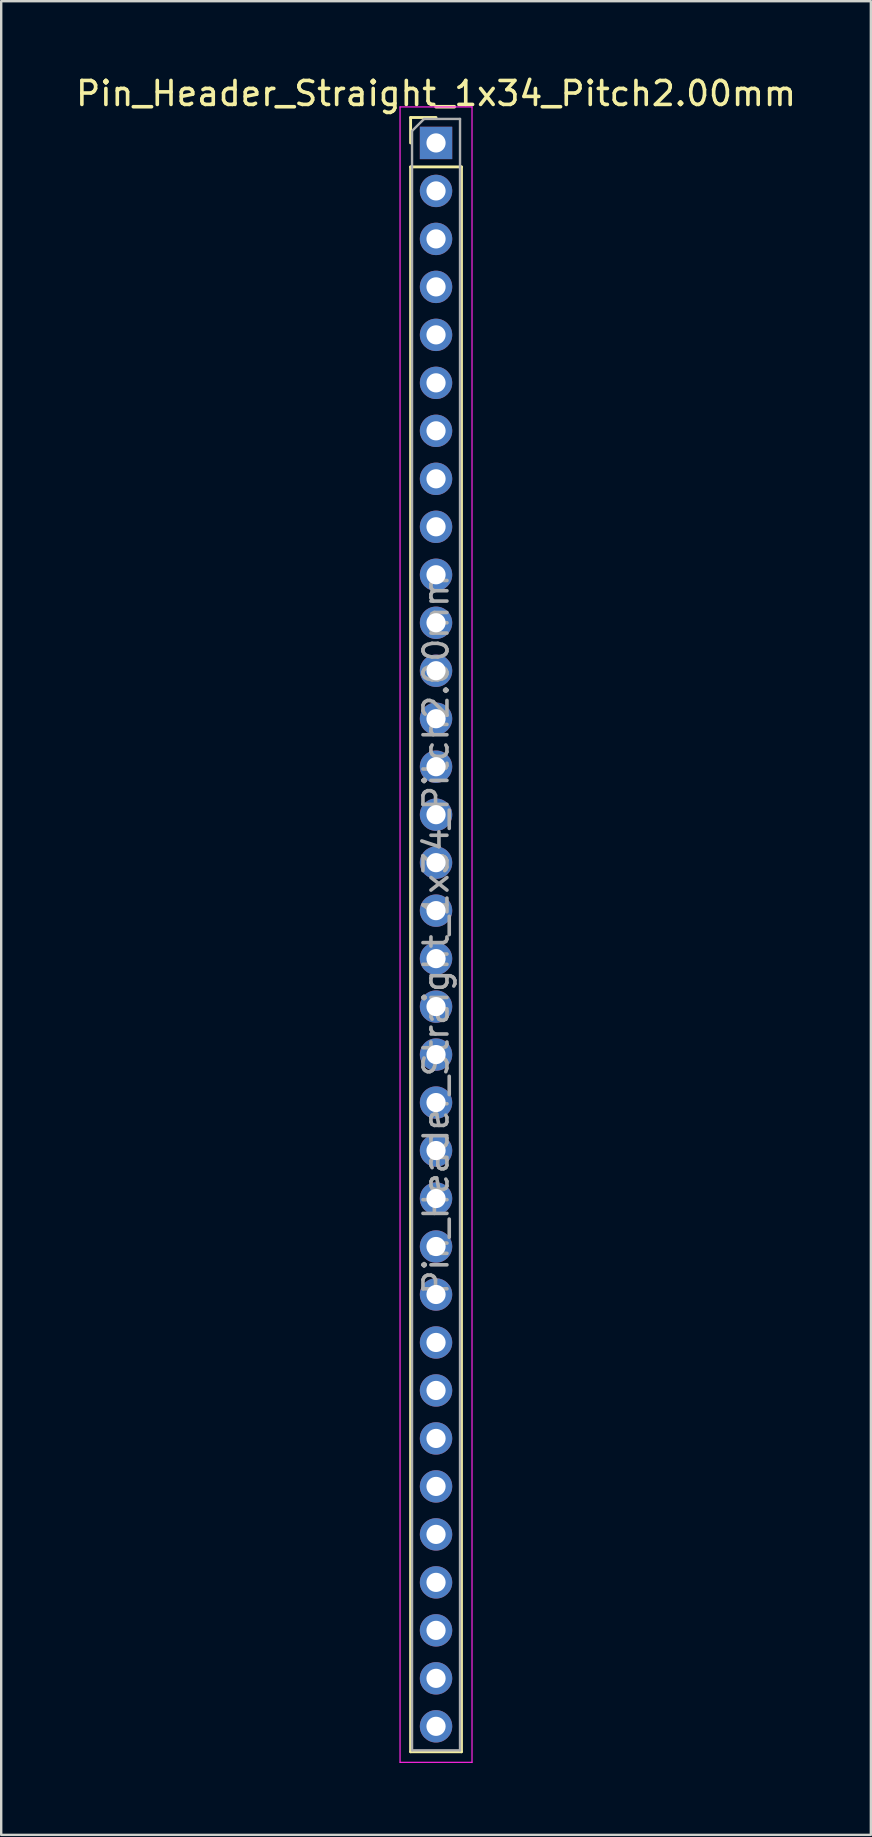
<source format=kicad_pcb>
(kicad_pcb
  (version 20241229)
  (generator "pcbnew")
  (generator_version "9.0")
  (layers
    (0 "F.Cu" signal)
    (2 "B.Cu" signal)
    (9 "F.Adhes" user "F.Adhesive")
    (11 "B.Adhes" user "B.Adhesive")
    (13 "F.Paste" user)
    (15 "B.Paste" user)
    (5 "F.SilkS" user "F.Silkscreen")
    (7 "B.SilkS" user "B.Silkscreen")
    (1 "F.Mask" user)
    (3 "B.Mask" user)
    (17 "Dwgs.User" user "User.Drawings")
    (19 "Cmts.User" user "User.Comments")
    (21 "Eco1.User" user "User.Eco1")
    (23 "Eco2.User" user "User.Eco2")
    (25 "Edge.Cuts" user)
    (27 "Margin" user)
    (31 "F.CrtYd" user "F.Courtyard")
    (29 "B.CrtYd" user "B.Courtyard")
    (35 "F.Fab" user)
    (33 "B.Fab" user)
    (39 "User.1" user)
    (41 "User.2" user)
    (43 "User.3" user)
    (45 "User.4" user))
  (footprint "Pin_Header_Straight_1x34_Pitch2.00mm"
    (layer "F.Cu")
    (at 15.125 2.908)
    (property "Reference" "Pin_Header_Straight_1x34_Pitch2.00mm" (at 0 -2.06 0) (layer "F.SilkS") (effects (font (size 1 1) (thickness 0.15))))
    (attr through_hole)
    (fp_line (start -1.06 -1.06) (end 0 -1.06) (stroke (width 0.12) (type solid)) (layer "F.SilkS"))
    (fp_line (start -1.06 0) (end -1.06 -1.06) (stroke (width 0.12) (type solid)) (layer "F.SilkS"))
    (fp_line (start -1.06 1) (end -1.06 67.06) (stroke (width 0.12) (type solid)) (layer "F.SilkS"))
    (fp_line (start -1.06 67.06) (end 1.06 67.06) (stroke (width 0.12) (type solid)) (layer "F.SilkS"))
    (fp_line (start 1.06 1) (end -1.06 1) (stroke (width 0.12) (type solid)) (layer "F.SilkS"))
    (fp_line (start 1.06 67.06) (end 1.06 1) (stroke (width 0.12) (type solid)) (layer "F.SilkS"))
    (fp_line (start -1.5 -1.5) (end -1.5 67.5) (stroke (width 0.05) (type solid)) (layer "F.CrtYd"))
    (fp_line (start -1.5 67.5) (end 1.5 67.5) (stroke (width 0.05) (type solid)) (layer "F.CrtYd"))
    (fp_line (start 1.5 -1.5) (end -1.5 -1.5) (stroke (width 0.05) (type solid)) (layer "F.CrtYd"))
    (fp_line (start 1.5 67.5) (end 1.5 -1.5) (stroke (width 0.05) (type solid)) (layer "F.CrtYd"))
    (fp_line (start -1 -0.5) (end -0.5 -1) (stroke (width 0.1) (type solid)) (layer "F.Fab"))
    (fp_line (start -1 67) (end -1 -0.5) (stroke (width 0.1) (type solid)) (layer "F.Fab"))
    (fp_line (start -0.5 -1) (end 1 -1) (stroke (width 0.1) (type solid)) (layer "F.Fab"))
    (fp_line (start 1 -1) (end 1 67) (stroke (width 0.1) (type solid)) (layer "F.Fab"))
    (fp_line (start 1 67) (end -1 67) (stroke (width 0.1) (type solid)) (layer "F.Fab"))
    (fp_text user "${REFERENCE}" (at 0 33 90) (layer "F.Fab") (effects (font (size 1 1) (thickness 0.15))))
    (pad "1" thru_hole rect (at 0 0) (size 1.35 1.35) (drill 0.8) (layers "*.Cu" "*.Mask"))
    (pad "2" thru_hole oval (at 0 2) (size 1.35 1.35) (drill 0.8) (layers "*.Cu" "*.Mask"))
    (pad "3" thru_hole oval (at 0 4) (size 1.35 1.35) (drill 0.8) (layers "*.Cu" "*.Mask"))
    (pad "4" thru_hole oval (at 0 6) (size 1.35 1.35) (drill 0.8) (layers "*.Cu" "*.Mask"))
    (pad "5" thru_hole oval (at 0 8) (size 1.35 1.35) (drill 0.8) (layers "*.Cu" "*.Mask"))
    (pad "6" thru_hole oval (at 0 10) (size 1.35 1.35) (drill 0.8) (layers "*.Cu" "*.Mask"))
    (pad "7" thru_hole oval (at 0 12) (size 1.35 1.35) (drill 0.8) (layers "*.Cu" "*.Mask"))
    (pad "8" thru_hole oval (at 0 14) (size 1.35 1.35) (drill 0.8) (layers "*.Cu" "*.Mask"))
    (pad "9" thru_hole oval (at 0 16) (size 1.35 1.35) (drill 0.8) (layers "*.Cu" "*.Mask"))
    (pad "10" thru_hole oval (at 0 18) (size 1.35 1.35) (drill 0.8) (layers "*.Cu" "*.Mask"))
    (pad "11" thru_hole oval (at 0 20) (size 1.35 1.35) (drill 0.8) (layers "*.Cu" "*.Mask"))
    (pad "12" thru_hole oval (at 0 22) (size 1.35 1.35) (drill 0.8) (layers "*.Cu" "*.Mask"))
    (pad "13" thru_hole oval (at 0 24) (size 1.35 1.35) (drill 0.8) (layers "*.Cu" "*.Mask"))
    (pad "14" thru_hole oval (at 0 26) (size 1.35 1.35) (drill 0.8) (layers "*.Cu" "*.Mask"))
    (pad "15" thru_hole oval (at 0 28) (size 1.35 1.35) (drill 0.8) (layers "*.Cu" "*.Mask"))
    (pad "16" thru_hole oval (at 0 30) (size 1.35 1.35) (drill 0.8) (layers "*.Cu" "*.Mask"))
    (pad "17" thru_hole oval (at 0 32) (size 1.35 1.35) (drill 0.8) (layers "*.Cu" "*.Mask"))
    (pad "18" thru_hole oval (at 0 34) (size 1.35 1.35) (drill 0.8) (layers "*.Cu" "*.Mask"))
    (pad "19" thru_hole oval (at 0 36) (size 1.35 1.35) (drill 0.8) (layers "*.Cu" "*.Mask"))
    (pad "20" thru_hole oval (at 0 38) (size 1.35 1.35) (drill 0.8) (layers "*.Cu" "*.Mask"))
    (pad "21" thru_hole oval (at 0 40) (size 1.35 1.35) (drill 0.8) (layers "*.Cu" "*.Mask"))
    (pad "22" thru_hole oval (at 0 42) (size 1.35 1.35) (drill 0.8) (layers "*.Cu" "*.Mask"))
    (pad "23" thru_hole oval (at 0 44) (size 1.35 1.35) (drill 0.8) (layers "*.Cu" "*.Mask"))
    (pad "24" thru_hole oval (at 0 46) (size 1.35 1.35) (drill 0.8) (layers "*.Cu" "*.Mask"))
    (pad "25" thru_hole oval (at 0 48) (size 1.35 1.35) (drill 0.8) (layers "*.Cu" "*.Mask"))
    (pad "26" thru_hole oval (at 0 50) (size 1.35 1.35) (drill 0.8) (layers "*.Cu" "*.Mask"))
    (pad "27" thru_hole oval (at 0 52) (size 1.35 1.35) (drill 0.8) (layers "*.Cu" "*.Mask"))
    (pad "28" thru_hole oval (at 0 54) (size 1.35 1.35) (drill 0.8) (layers "*.Cu" "*.Mask"))
    (pad "29" thru_hole oval (at 0 56) (size 1.35 1.35) (drill 0.8) (layers "*.Cu" "*.Mask"))
    (pad "30" thru_hole oval (at 0 58) (size 1.35 1.35) (drill 0.8) (layers "*.Cu" "*.Mask"))
    (pad "31" thru_hole oval (at 0 60) (size 1.35 1.35) (drill 0.8) (layers "*.Cu" "*.Mask"))
    (pad "32" thru_hole oval (at 0 62) (size 1.35 1.35) (drill 0.8) (layers "*.Cu" "*.Mask"))
    (pad "33" thru_hole oval (at 0 64) (size 1.35 1.35) (drill 0.8) (layers "*.Cu" "*.Mask"))
    (pad "34" thru_hole oval (at 0 66) (size 1.35 1.35) (drill 0.8) (layers "*.Cu" "*.Mask")))
  (gr_rect
    (start -3 -3)
    (end 33.25 73.433)
    (stroke (width 0.1) (type default))
    (fill no)
    (layer "Edge.Cuts")))
</source>
